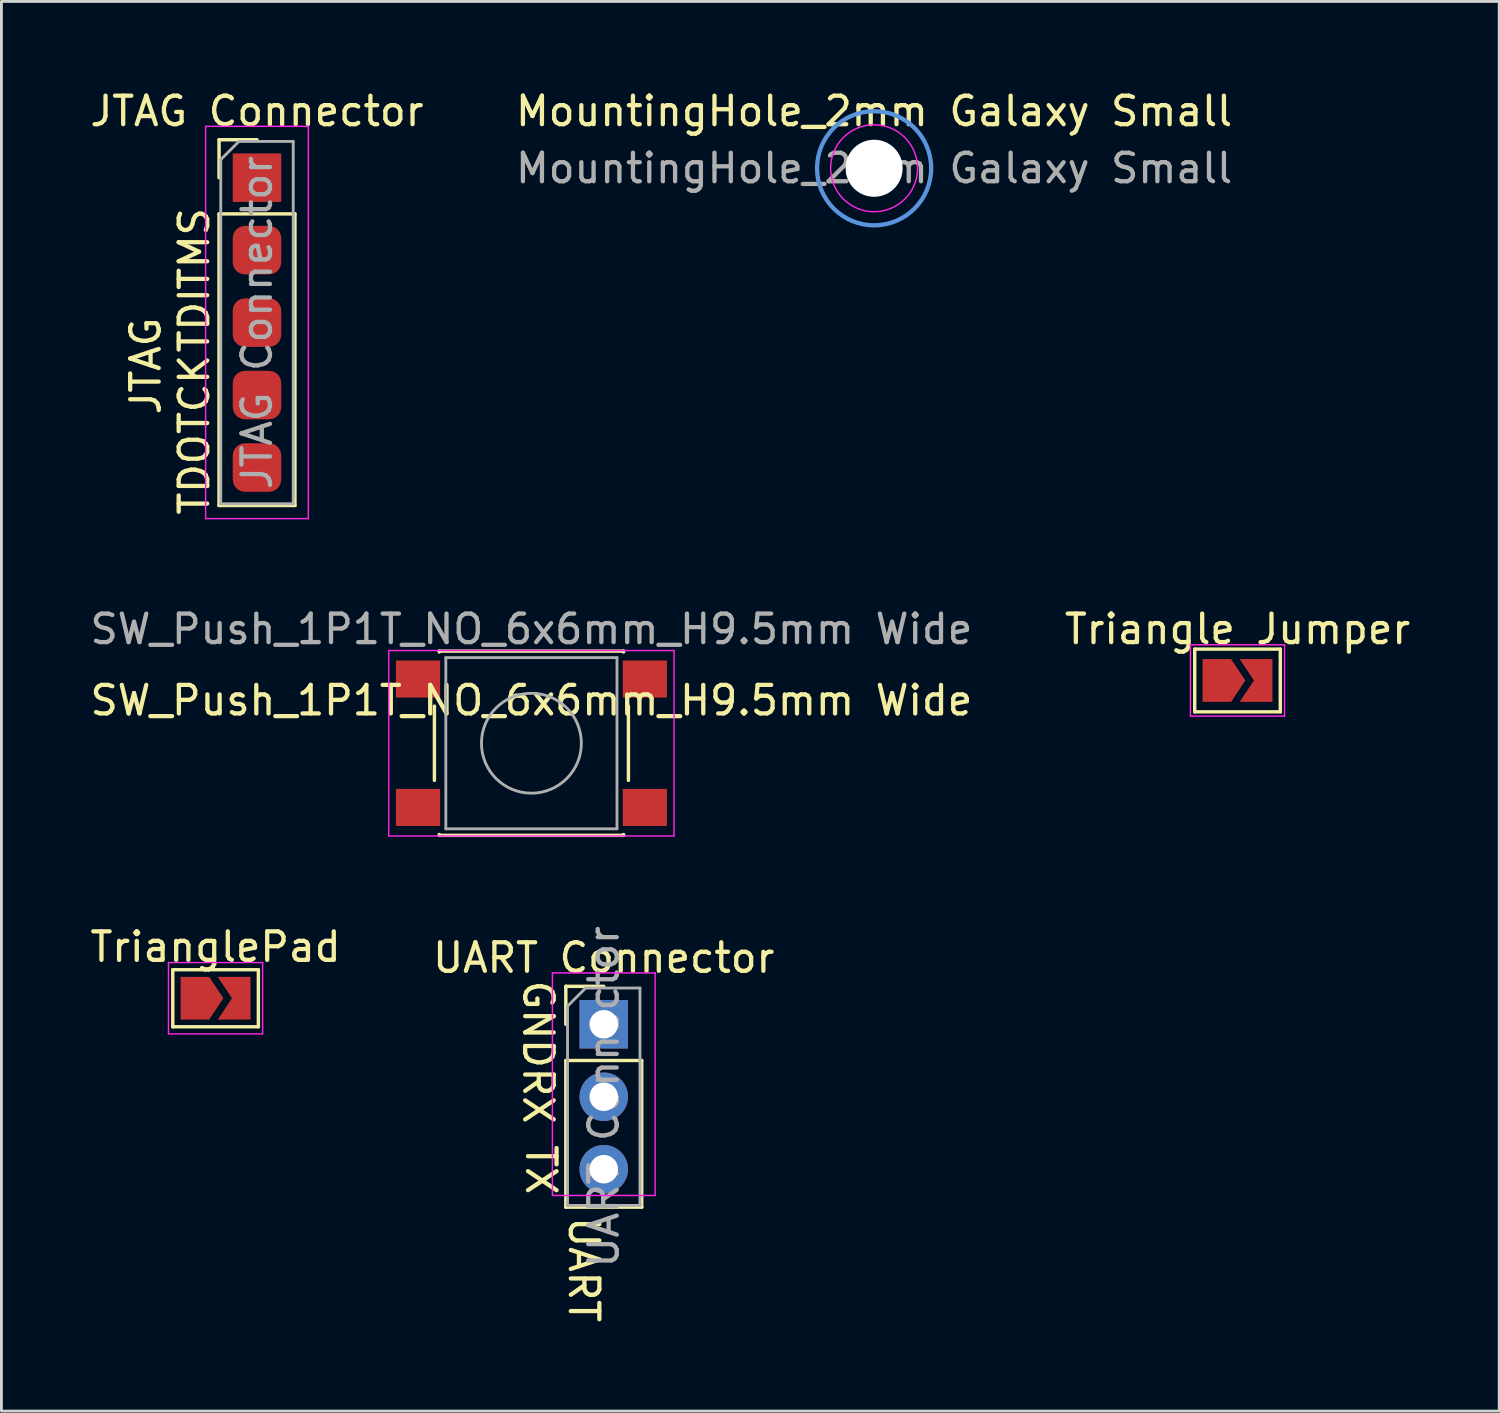
<source format=kicad_pcb>
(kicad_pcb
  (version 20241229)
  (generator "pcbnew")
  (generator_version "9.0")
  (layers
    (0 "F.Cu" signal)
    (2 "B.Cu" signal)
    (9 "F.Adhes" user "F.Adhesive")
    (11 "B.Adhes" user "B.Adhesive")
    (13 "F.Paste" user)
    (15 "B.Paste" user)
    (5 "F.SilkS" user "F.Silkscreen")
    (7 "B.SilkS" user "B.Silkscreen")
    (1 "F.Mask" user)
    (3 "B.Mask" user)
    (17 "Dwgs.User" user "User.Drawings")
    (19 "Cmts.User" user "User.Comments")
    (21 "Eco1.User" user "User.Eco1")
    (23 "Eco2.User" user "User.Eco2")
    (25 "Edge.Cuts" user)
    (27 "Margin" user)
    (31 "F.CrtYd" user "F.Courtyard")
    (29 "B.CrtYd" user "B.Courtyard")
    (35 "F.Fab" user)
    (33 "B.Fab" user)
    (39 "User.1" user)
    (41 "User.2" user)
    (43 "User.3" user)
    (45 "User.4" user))
  (footprint "TrianglePad"
    (layer "F.Cu")
    (at 4.506 31.94)
    (property "Reference" "TrianglePad" (at 0 -1.8 180) (layer "F.SilkS") (effects (font (size 1 1) (thickness 0.15))))
    (attr exclude_from_pos_files)
    (fp_line (start -1.5 -1) (end 1.5 -1) (stroke (width 0.12) (type solid)) (layer "F.SilkS"))
    (fp_line (start -1.5 1) (end -1.5 -1) (stroke (width 0.12) (type solid)) (layer "F.SilkS"))
    (fp_line (start 1.5 -1) (end 1.5 1) (stroke (width 0.12) (type solid)) (layer "F.SilkS"))
    (fp_line (start 1.5 1) (end -1.5 1) (stroke (width 0.12) (type solid)) (layer "F.SilkS"))
    (fp_line (start -1.65 -1.25) (end -1.65 1.25) (stroke (width 0.05) (type solid)) (layer "F.CrtYd"))
    (fp_line (start -1.65 -1.25) (end 1.65 -1.25) (stroke (width 0.05) (type solid)) (layer "F.CrtYd"))
    (fp_line (start 1.65 1.25) (end -1.65 1.25) (stroke (width 0.05) (type solid)) (layer "F.CrtYd"))
    (fp_line (start 1.65 1.25) (end 1.65 -1.25) (stroke (width 0.05) (type solid)) (layer "F.CrtYd"))
    (pad "1" smd custom (at -0.725 0) (size 0.3 0.3) (layers "F.Cu" "F.Mask") (options (anchor rect)) (primitives (gr_poly (pts (xy 1 0) (xy 0.5 0.75) (xy -0.5 0.75) (xy -0.5 -0.75) (xy 0.5 -0.75)) (width 0) (fill yes))))
    (pad "2" smd custom (at 0.725 0) (size 0.3 0.3) (layers "F.Cu" "F.Mask") (options (anchor rect)) (primitives (gr_poly (pts (xy 0.5 0.75) (xy -0.65 0.75) (xy -0.15 0) (xy -0.65 -0.75) (xy 0.5 -0.75)) (width 0) (fill yes)))))
  (footprint "SW_Push_1P1T_NO_6x6mm_H9.5mm Wide"
    (layer "F.Cu")
    (at 15.577 23.002)
    (property "Reference" "SW_Push_1P1T_NO_6x6mm_H9.5mm Wide" (at 0 -1.5 180) (layer "F.SilkS") (effects (font (size 1 1) (thickness 0.15))))
    (attr smd)
    (fp_line (start -3.4 -1.3) (end -3.4 1.3) (stroke (width 0.12) (type solid)) (layer "F.SilkS"))
    (fp_line (start -3.23 -3.23) (end 3.23 -3.23) (stroke (width 0.12) (type solid)) (layer "F.SilkS"))
    (fp_line (start -3.23 -3.2) (end -3.23 -3.23) (stroke (width 0.12) (type solid)) (layer "F.SilkS"))
    (fp_line (start -3.23 3.23) (end -3.23 3.2) (stroke (width 0.12) (type solid)) (layer "F.SilkS"))
    (fp_line (start -3.23 3.23) (end 3.23 3.23) (stroke (width 0.12) (type solid)) (layer "F.SilkS"))
    (fp_line (start 3.23 -3.23) (end 3.23 -3.2) (stroke (width 0.12) (type solid)) (layer "F.SilkS"))
    (fp_line (start 3.23 3.23) (end 3.23 3.2) (stroke (width 0.12) (type solid)) (layer "F.SilkS"))
    (fp_line (start 3.4 -1.3) (end 3.4 1.3) (stroke (width 0.12) (type solid)) (layer "F.SilkS"))
    (fp_line (start -5 -3.25) (end -5 3.25) (stroke (width 0.05) (type solid)) (layer "F.CrtYd"))
    (fp_line (start -5 -3.25) (end 5 -3.25) (stroke (width 0.05) (type solid)) (layer "F.CrtYd"))
    (fp_line (start -5 3.25) (end 5 3.25) (stroke (width 0.05) (type solid)) (layer "F.CrtYd"))
    (fp_line (start 5 3.25) (end 5 -3.25) (stroke (width 0.05) (type solid)) (layer "F.CrtYd"))
    (fp_line (start -3 -3) (end -3 3) (stroke (width 0.1) (type solid)) (layer "F.Fab"))
    (fp_line (start -3 3) (end 3 3) (stroke (width 0.1) (type solid)) (layer "F.Fab"))
    (fp_line (start 3 -3) (end -3 -3) (stroke (width 0.1) (type solid)) (layer "F.Fab"))
    (fp_line (start 3 3) (end 3 -3) (stroke (width 0.1) (type solid)) (layer "F.Fab"))
    (fp_circle (center 0 0) (end 1.75 -0.05) (stroke (width 0.1) (type solid)) (fill no) (layer "F.Fab"))
    (fp_text user "${REFERENCE}" (at 0 -4 180) (layer "F.Fab") (effects (font (size 1 1) (thickness 0.15))))
    (pad "1" smd rect (at -3.975 -2.25) (size 1.55 1.3) (layers "F.Cu" "F.Mask" "F.Paste"))
    (pad "1" smd rect (at 3.975 -2.25) (size 1.55 1.3) (layers "F.Cu" "F.Mask" "F.Paste"))
    (pad "2" smd rect (at -3.975 2.25) (size 1.55 1.3) (layers "F.Cu" "F.Mask" "F.Paste"))
    (pad "2" smd rect (at 3.975 2.25) (size 1.55 1.3) (layers "F.Cu" "F.Mask" "F.Paste")))
  (footprint "UART Connector"
    (layer "F.Cu")
    (at 18.113 32.853)
    (property "Reference" "UART Connector" (at 0 -2.33 0) (layer "F.SilkS") (effects (font (size 1 1) (thickness 0.15))))
    (attr through_hole)
    (fp_line (start -1.33 -1.33) (end 0 -1.33) (stroke (width 0.12) (type solid)) (layer "F.SilkS"))
    (fp_line (start -1.33 0) (end -1.33 -1.33) (stroke (width 0.12) (type solid)) (layer "F.SilkS"))
    (fp_line (start -1.33 1.27) (end -1.33 6.41) (stroke (width 0.12) (type solid)) (layer "F.SilkS"))
    (fp_line (start -1.33 1.27) (end 1.33 1.27) (stroke (width 0.12) (type solid)) (layer "F.SilkS"))
    (fp_line (start -1.33 6.41) (end 1.33 6.41) (stroke (width 0.12) (type solid)) (layer "F.SilkS"))
    (fp_line (start 1.33 1.27) (end 1.33 6.41) (stroke (width 0.12) (type solid)) (layer "F.SilkS"))
    (fp_line (start -1.8 -1.8) (end -1.8 6) (stroke (width 0.05) (type solid)) (layer "F.CrtYd"))
    (fp_line (start -1.8 6) (end 1.8 6) (stroke (width 0.05) (type solid)) (layer "F.CrtYd"))
    (fp_line (start 1.8 -1.8) (end -1.8 -1.8) (stroke (width 0.05) (type solid)) (layer "F.CrtYd"))
    (fp_line (start 1.8 6) (end 1.8 -1.8) (stroke (width 0.05) (type solid)) (layer "F.CrtYd"))
    (fp_line (start -1.27 -0.635) (end -0.635 -1.27) (stroke (width 0.1) (type solid)) (layer "F.Fab"))
    (fp_line (start -1.27 6.35) (end -1.27 -0.635) (stroke (width 0.1) (type solid)) (layer "F.Fab"))
    (fp_line (start -0.635 -1.27) (end 1.27 -1.27) (stroke (width 0.1) (type solid)) (layer "F.Fab"))
    (fp_line (start 1.27 -1.27) (end 1.27 6.35) (stroke (width 0.1) (type solid)) (layer "F.Fab"))
    (fp_line (start 1.27 6.35) (end -1.27 6.35) (stroke (width 0.1) (type solid)) (layer "F.Fab"))
    (fp_text user "GND" (at -2.3 0 270) (unlocked yes) (layer "F.SilkS") (effects (font (size 1 1) (thickness 0.15))))
    (fp_text user "RX" (at -2.3 2.5 270) (unlocked yes) (layer "F.SilkS") (effects (font (size 1 1) (thickness 0.15))))
    (fp_text user "UART" (at -0.7 8.6 270) (unlocked yes) (layer "F.SilkS") (effects (font (size 1 1) (thickness 0.15))))
    (fp_text user "TX" (at -2.2 5.1 270) (unlocked yes) (layer "F.SilkS") (effects (font (size 1 1) (thickness 0.15))))
    (fp_text user "${REFERENCE}" (at 0 2.54 270) (layer "F.Fab") (effects (font (size 1 1) (thickness 0.15))))
    (pad "1" thru_hole rect (at 0 0) (size 1.7 1.7) (drill 1) (layers "*.Cu" "*.Mask"))
    (pad "2" thru_hole oval (at 0 2.54) (size 1.7 1.7) (drill 1) (layers "*.Cu" "*.Mask"))
    (pad "3" thru_hole oval (at 0 5.08) (size 1.7 1.7) (drill 1) (layers "*.Cu" "*.Mask")))
  (footprint "Triangle Jumper"
    (layer "F.Cu")
    (at 40.327 20.802)
    (property "Reference" "Triangle Jumper" (at 0 -1.8 180) (layer "F.SilkS") (effects (font (size 1 1) (thickness 0.15))))
    (attr exclude_from_pos_files)
    (fp_line (start -1.5 -1.1) (end 1.5 -1.1) (stroke (width 0.12) (type solid)) (layer "F.SilkS"))
    (fp_line (start -1.5 1.1) (end -1.5 -1.1) (stroke (width 0.12) (type solid)) (layer "F.SilkS"))
    (fp_line (start 1.5 -1.1) (end 1.5 1.1) (stroke (width 0.12) (type solid)) (layer "F.SilkS"))
    (fp_line (start 1.5 1.1) (end -1.5 1.1) (stroke (width 0.12) (type solid)) (layer "F.SilkS"))
    (fp_line (start -1.65 -1.25) (end -1.65 1.25) (stroke (width 0.05) (type solid)) (layer "F.CrtYd"))
    (fp_line (start -1.65 -1.25) (end 1.65 -1.25) (stroke (width 0.05) (type solid)) (layer "F.CrtYd"))
    (fp_line (start 1.65 1.25) (end -1.65 1.25) (stroke (width 0.05) (type solid)) (layer "F.CrtYd"))
    (fp_line (start 1.65 1.25) (end 1.65 -1.25) (stroke (width 0.05) (type solid)) (layer "F.CrtYd"))
    (pad "1" smd custom (at -0.725 0) (size 0.3 0.3) (layers "F.Cu" "F.Mask") (options (anchor rect)) (primitives (gr_poly (pts (xy 1 0) (xy 0.5 0.75) (xy -0.5 0.75) (xy -0.5 -0.75) (xy 0.5 -0.75)) (width 0) (fill yes))))
    (pad "2" smd custom (at 0.725 0) (size 0.3 0.3) (layers "F.Cu" "F.Mask") (options (anchor rect)) (primitives (gr_poly (pts (xy 0.5 0.75) (xy -0.65 0.75) (xy -0.15 0) (xy -0.65 -0.75) (xy 0.5 -0.75)) (width 0) (fill yes)))))
  (footprint "MountingHole_2mm Galaxy Small"
    (layer "F.Cu")
    (at 27.589 2.848)
    (property "Reference" "MountingHole_2mm Galaxy Small" (at 0 -2 0) (layer "F.SilkS") (effects (font (size 1 1) (thickness 0.15))))
    (attr exclude_from_pos_files)
    (fp_circle (center 0 0) (end 2 0) (stroke (width 0.15) (type solid)) (fill no) (layer "Cmts.User"))
    (fp_circle (center 0 0) (end 1.524 0) (stroke (width 0.05) (type solid)) (fill no) (layer "F.CrtYd"))
    (fp_text user "${REFERENCE}" (at 0 0 0) (layer "F.Fab") (effects (font (size 1 1) (thickness 0.15))))
    (pad "" np_thru_hole circle (at 0 0) (size 2 2) (drill 2) (layers "*.Cu" "*.Mask")))
  (footprint "JTAG Connector"
    (layer "F.Cu")
    (at 5.958 3.178)
    (property "Reference" "JTAG Connector" (at 0 -2.33 180) (layer "F.SilkS") (effects (font (size 1 1) (thickness 0.15))))
    (attr smd)
    (fp_line (start -1.33 -1.33) (end 0 -1.33) (stroke (width 0.12) (type solid)) (layer "F.SilkS"))
    (fp_line (start -1.33 0) (end -1.33 -1.33) (stroke (width 0.12) (type solid)) (layer "F.SilkS"))
    (fp_line (start -1.33 1.27) (end -1.33 11.49) (stroke (width 0.12) (type solid)) (layer "F.SilkS"))
    (fp_line (start -1.33 1.27) (end 1.33 1.27) (stroke (width 0.12) (type solid)) (layer "F.SilkS"))
    (fp_line (start -1.33 11.49) (end 1.33 11.49) (stroke (width 0.12) (type solid)) (layer "F.SilkS"))
    (fp_line (start 1.33 1.27) (end 1.33 11.49) (stroke (width 0.12) (type solid)) (layer "F.SilkS"))
    (fp_line (start -1.8 -1.8) (end -1.8 11.95) (stroke (width 0.05) (type solid)) (layer "F.CrtYd"))
    (fp_line (start -1.8 11.95) (end 1.8 11.95) (stroke (width 0.05) (type solid)) (layer "F.CrtYd"))
    (fp_line (start 1.8 -1.8) (end -1.8 -1.8) (stroke (width 0.05) (type solid)) (layer "F.CrtYd"))
    (fp_line (start 1.8 11.95) (end 1.8 -1.8) (stroke (width 0.05) (type solid)) (layer "F.CrtYd"))
    (fp_line (start -1.27 -0.635) (end -0.635 -1.27) (stroke (width 0.1) (type solid)) (layer "F.Fab"))
    (fp_line (start -1.27 11.43) (end -1.27 -0.635) (stroke (width 0.1) (type solid)) (layer "F.Fab"))
    (fp_line (start -0.635 -1.27) (end 1.27 -1.27) (stroke (width 0.1) (type solid)) (layer "F.Fab"))
    (fp_line (start 1.27 -1.27) (end 1.27 11.43) (stroke (width 0.1) (type solid)) (layer "F.Fab"))
    (fp_line (start 1.27 11.43) (end -1.27 11.43) (stroke (width 0.1) (type solid)) (layer "F.Fab"))
    (fp_text user "TDO" (at -2.2 10.4 90) (unlocked yes) (layer "F.SilkS") (effects (font (size 1 1) (thickness 0.15))))
    (fp_text user "TDI" (at -2.2 5 90) (unlocked yes) (layer "F.SilkS") (effects (font (size 1 1) (thickness 0.15))))
    (fp_text user "TMS" (at -2.2 2.5 90) (unlocked yes) (layer "F.SilkS") (effects (font (size 1 1) (thickness 0.15))))
    (fp_text user "JTAG" (at -3.9 6.6 90) (unlocked yes) (layer "F.SilkS") (effects (font (size 1 1) (thickness 0.15))))
    (fp_text user "TCK" (at -2.2 7.6 90) (unlocked yes) (layer "F.SilkS") (effects (font (size 1 1) (thickness 0.15))))
    (fp_text user "${REFERENCE}" (at 0 5.08 90) (layer "F.Fab") (effects (font (size 1 1) (thickness 0.15))))
    (pad "1" smd rect (at 0 0) (size 1.7 1.7) (layers "F.Cu" "F.Mask" "F.Paste"))
    (pad "2" smd roundrect (at 0 2.54) (size 1.7 1.7) (layers "F.Cu" "F.Mask" "F.Paste") (roundrect_rratio 0.25))
    (pad "3" smd roundrect (at 0 5.08) (size 1.7 1.7) (layers "F.Cu" "F.Mask" "F.Paste") (roundrect_rratio 0.25))
    (pad "4" smd roundrect (at 0 7.62) (size 1.7 1.7) (layers "F.Cu" "F.Mask" "F.Paste") (roundrect_rratio 0.25))
    (pad "5" smd roundrect (at 0 10.16) (size 1.7 1.7) (layers "F.Cu" "F.Mask" "F.Paste") (roundrect_rratio 0.25)))
  (gr_rect
    (start -3 -3)
    (end 49.5 46.411)
    (stroke (width 0.1) (type default))
    (fill no)
    (layer "Edge.Cuts")))
</source>
